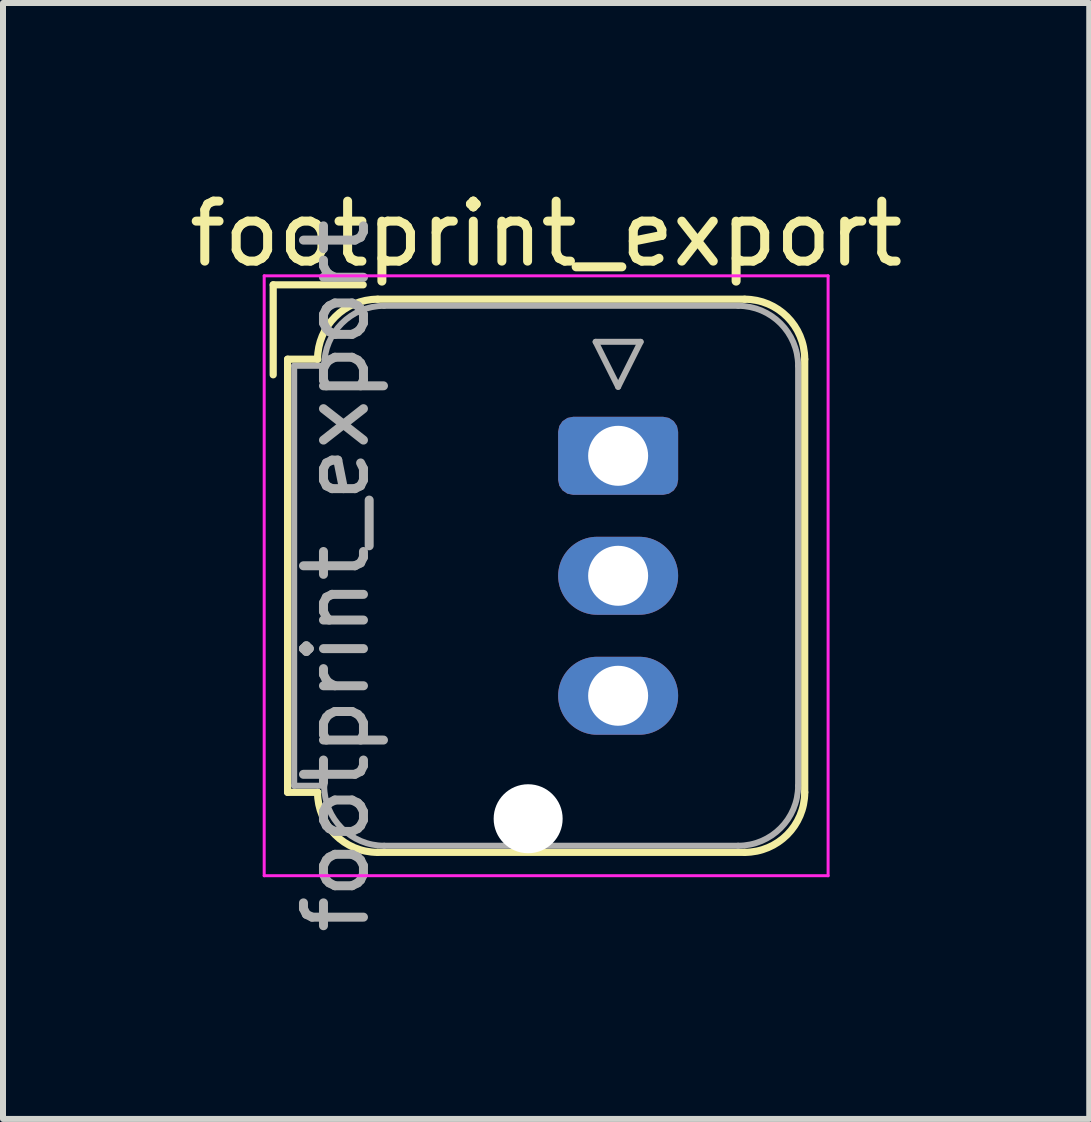
<source format=kicad_pcb>
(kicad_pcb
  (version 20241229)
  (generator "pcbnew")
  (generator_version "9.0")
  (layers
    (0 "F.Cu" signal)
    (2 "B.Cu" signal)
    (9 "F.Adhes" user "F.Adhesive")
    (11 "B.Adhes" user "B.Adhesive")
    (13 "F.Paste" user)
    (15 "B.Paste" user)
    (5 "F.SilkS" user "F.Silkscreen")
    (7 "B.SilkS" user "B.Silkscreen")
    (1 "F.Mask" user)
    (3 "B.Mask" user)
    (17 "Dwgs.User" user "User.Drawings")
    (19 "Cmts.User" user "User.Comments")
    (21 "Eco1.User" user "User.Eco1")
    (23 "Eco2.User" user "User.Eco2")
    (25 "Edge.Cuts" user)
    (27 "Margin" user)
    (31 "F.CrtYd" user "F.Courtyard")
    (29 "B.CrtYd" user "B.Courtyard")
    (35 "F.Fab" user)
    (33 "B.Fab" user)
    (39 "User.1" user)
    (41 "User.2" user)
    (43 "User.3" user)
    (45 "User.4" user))
  (footprint "footprint_export"
    (layer "F.Cu")
    (at 7.254 4.548)
    (property "Reference" "footprint_export" (at -1.2 -3.7 0) (layer "F.SilkS") (effects (font (size 1 1) (thickness 0.15))))
    (attr through_hole)
    (fp_line (start -5.75 -2.85) (end -4.25 -2.85) (stroke (width 0.12) (type solid)) (layer "F.SilkS"))
    (fp_line (start -5.75 -1.35) (end -5.75 -2.85) (stroke (width 0.12) (type solid)) (layer "F.SilkS"))
    (fp_line (start -5.51 -1.61) (end -5.51 5.61) (stroke (width 0.12) (type solid)) (layer "F.SilkS"))
    (fp_line (start -5.51 5.61) (end -5.01 5.61) (stroke (width 0.12) (type solid)) (layer "F.SilkS"))
    (fp_line (start -5.01 -1.61) (end -5.51 -1.61) (stroke (width 0.12) (type solid)) (layer "F.SilkS"))
    (fp_line (start -5.01 -1.61) (end -5.01 -1.61) (stroke (width 0.12) (type solid)) (layer "F.SilkS"))
    (fp_line (start -5.01 5.61) (end -5.01 5.61) (stroke (width 0.12) (type solid)) (layer "F.SilkS"))
    (fp_line (start -4.01 -2.61) (end 2.11 -2.61) (stroke (width 0.12) (type solid)) (layer "F.SilkS"))
    (fp_line (start -4.01 6.61) (end 2.11 6.61) (stroke (width 0.12) (type solid)) (layer "F.SilkS"))
    (fp_line (start 3.11 -1.61) (end 3.11 5.61) (stroke (width 0.12) (type solid)) (layer "F.SilkS"))
    (fp_arc (start -5.01 -1.61) (mid -4.717107 -2.317107) (end -4.01 -2.61) (stroke (width 0.12) (type solid)) (layer "F.SilkS"))
    (fp_arc (start -4.01 6.61) (mid -4.717107 6.317107) (end -5.01 5.61) (stroke (width 0.12) (type solid)) (layer "F.SilkS"))
    (fp_arc (start 2.11 -2.61) (mid 2.817107 -2.317107) (end 3.11 -1.61) (stroke (width 0.12) (type solid)) (layer "F.SilkS"))
    (fp_arc (start 3.11 5.61) (mid 2.817107 6.317107) (end 2.11 6.61) (stroke (width 0.12) (type solid)) (layer "F.SilkS"))
    (fp_line (start -5.9 -3) (end -5.9 7) (stroke (width 0.05) (type solid)) (layer "F.CrtYd"))
    (fp_line (start -5.9 7) (end 3.5 7) (stroke (width 0.05) (type solid)) (layer "F.CrtYd"))
    (fp_line (start 3.5 -3) (end -5.9 -3) (stroke (width 0.05) (type solid)) (layer "F.CrtYd"))
    (fp_line (start 3.5 7) (end 3.5 -3) (stroke (width 0.05) (type solid)) (layer "F.CrtYd"))
    (fp_line (start -5.4 -1.5) (end -5.4 5.5) (stroke (width 0.1) (type solid)) (layer "F.Fab"))
    (fp_line (start -5.4 5.5) (end -4.9 5.5) (stroke (width 0.1) (type solid)) (layer "F.Fab"))
    (fp_line (start -4.9 -1.5) (end -5.4 -1.5) (stroke (width 0.1) (type solid)) (layer "F.Fab"))
    (fp_line (start -4.9 -1.5) (end -4.9 -1.5) (stroke (width 0.1) (type solid)) (layer "F.Fab"))
    (fp_line (start -4.9 5.5) (end -4.9 5.5) (stroke (width 0.1) (type solid)) (layer "F.Fab"))
    (fp_line (start -3.9 -2.5) (end 2 -2.5) (stroke (width 0.1) (type solid)) (layer "F.Fab"))
    (fp_line (start -3.9 6.5) (end 2 6.5) (stroke (width 0.1) (type solid)) (layer "F.Fab"))
    (fp_line (start -0.375 -1.9) (end 0.375 -1.9) (stroke (width 0.1) (type solid)) (layer "F.Fab"))
    (fp_line (start 0 -1.15) (end -0.375 -1.9) (stroke (width 0.1) (type solid)) (layer "F.Fab"))
    (fp_line (start 0.375 -1.9) (end 0 -1.15) (stroke (width 0.1) (type solid)) (layer "F.Fab"))
    (fp_line (start 3 -1.5) (end 3 5.5) (stroke (width 0.1) (type solid)) (layer "F.Fab"))
    (fp_arc (start -4.9 -1.5) (mid -4.607107 -2.207107) (end -3.9 -2.5) (stroke (width 0.1) (type solid)) (layer "F.Fab"))
    (fp_arc (start -3.9 6.5) (mid -4.607107 6.207107) (end -4.9 5.5) (stroke (width 0.1) (type solid)) (layer "F.Fab"))
    (fp_arc (start 2 -2.5) (mid 2.707107 -2.207107) (end 3 -1.5) (stroke (width 0.1) (type solid)) (layer "F.Fab"))
    (fp_arc (start 3 5.5) (mid 2.707107 6.207107) (end 2 6.5) (stroke (width 0.1) (type solid)) (layer "F.Fab"))
    (fp_text user "${REFERENCE}" (at -4.7 2 90) (layer "F.Fab") (effects (font (size 1 1) (thickness 0.15))))
    (pad "" np_thru_hole circle (at -1.5 6.05) (size 1.15 1.15) (drill 1.15) (layers "*.Cu" "*.Mask"))
    (pad "1" thru_hole roundrect (at 0 0) (size 2 1.3) (drill 1) (layers "*.Cu" "*.Mask") (roundrect_rratio 0.192))
    (pad "2" thru_hole oval (at 0 2) (size 2 1.3) (drill 1) (layers "*.Cu" "*.Mask"))
    (pad "3" thru_hole oval (at 0 4) (size 2 1.3) (drill 1) (layers "*.Cu" "*.Mask")))
  (gr_rect
    (start -3 -3)
    (end 15.107 15.602)
    (stroke (width 0.1) (type default))
    (fill no)
    (layer "Edge.Cuts")))
</source>
